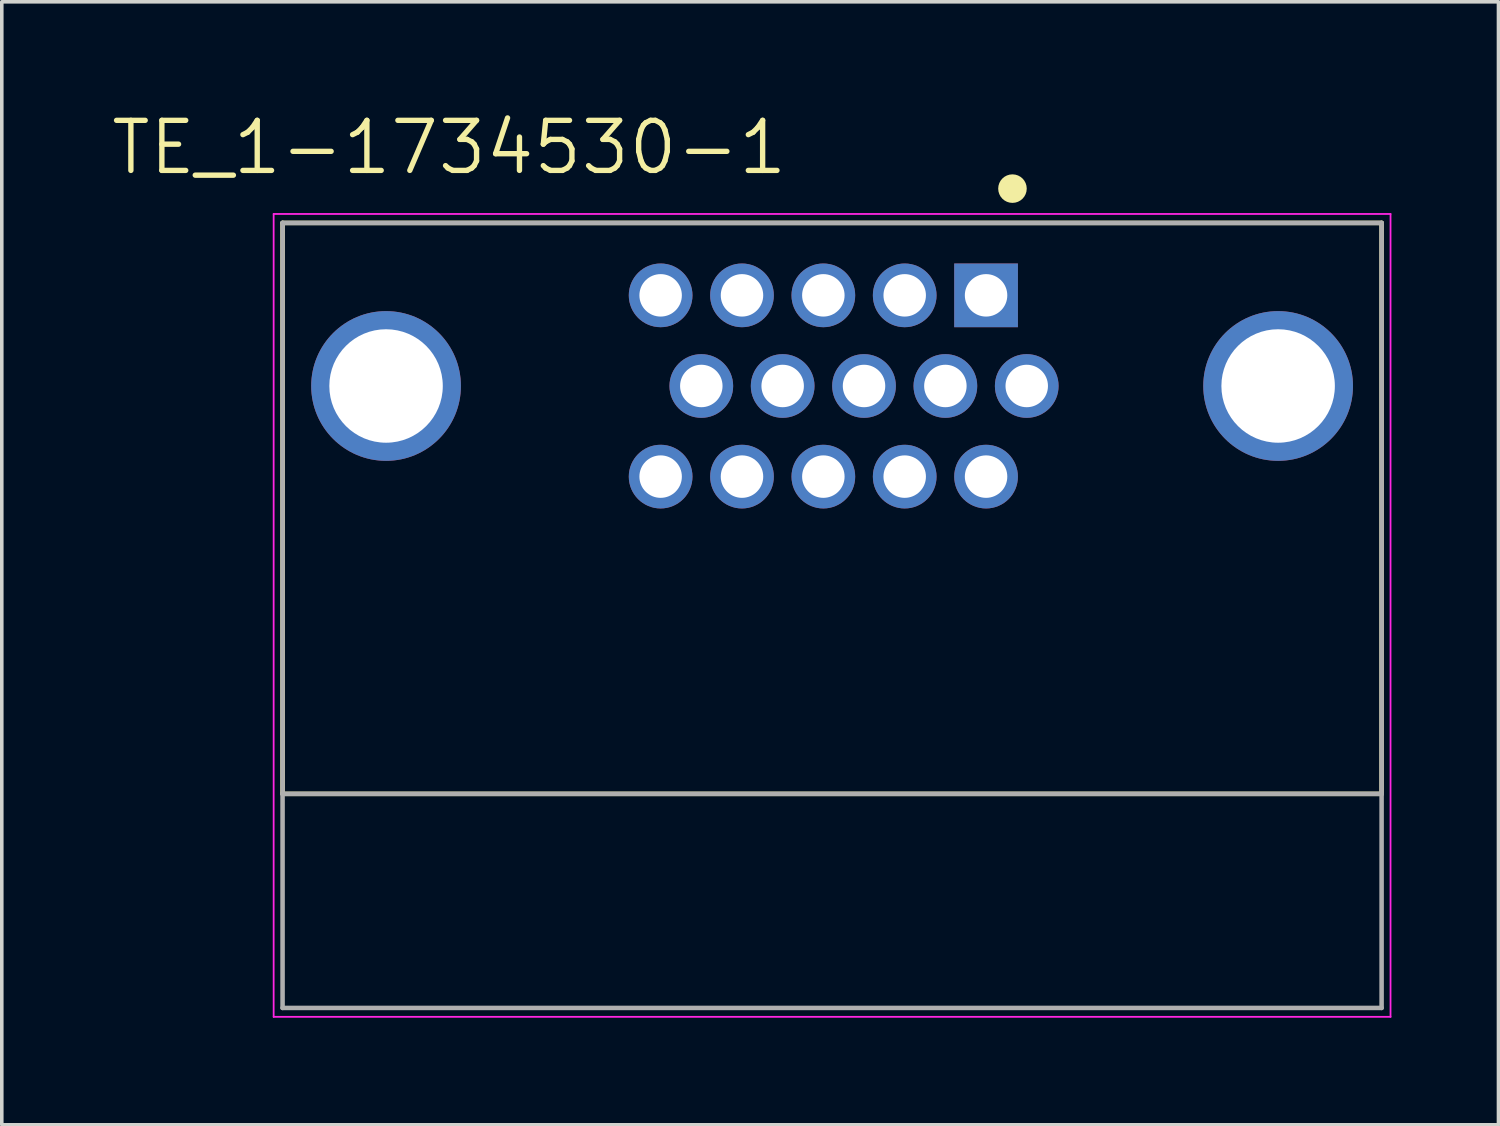
<source format=kicad_pcb>
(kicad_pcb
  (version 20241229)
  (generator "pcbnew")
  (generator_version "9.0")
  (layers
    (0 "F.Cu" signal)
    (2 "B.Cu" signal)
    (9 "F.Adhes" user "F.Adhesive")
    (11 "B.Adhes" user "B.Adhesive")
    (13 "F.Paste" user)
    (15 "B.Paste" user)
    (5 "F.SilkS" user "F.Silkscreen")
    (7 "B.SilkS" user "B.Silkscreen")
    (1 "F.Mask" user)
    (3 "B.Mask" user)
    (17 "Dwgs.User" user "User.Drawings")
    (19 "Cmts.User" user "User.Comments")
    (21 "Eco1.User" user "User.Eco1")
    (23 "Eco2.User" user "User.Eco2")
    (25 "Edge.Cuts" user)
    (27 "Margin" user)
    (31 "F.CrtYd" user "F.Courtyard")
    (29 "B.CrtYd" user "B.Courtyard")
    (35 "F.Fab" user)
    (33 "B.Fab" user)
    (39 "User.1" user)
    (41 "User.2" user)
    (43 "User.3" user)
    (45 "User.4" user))
  (footprint "TE_1-1734530-1"
    (layer "F.Cu")
    (at 20.269 7.767)
    (property "Reference" "TE_1-1734530-1" (at -10.732 -6.683 0) (layer "F.SilkS") (effects (font (size 1.403 1.403) (thickness 0.15))))
    (attr through_hole)
    (fp_line (start -15.4 -4.57) (end 15.4 -4.57) (stroke (width 0.127) (type solid)) (layer "F.SilkS"))
    (fp_line (start -15.4 11.43) (end -15.4 -4.57) (stroke (width 0.127) (type solid)) (layer "F.SilkS"))
    (fp_line (start 15.4 -4.57) (end 15.4 11.43) (stroke (width 0.127) (type solid)) (layer "F.SilkS"))
    (fp_line (start 15.4 11.43) (end -15.4 11.43) (stroke (width 0.127) (type solid)) (layer "F.SilkS"))
    (fp_circle (center 5.055 -5.531) (end 5.255 -5.531) (stroke (width 0.4) (type solid)) (fill no) (layer "F.SilkS"))
    (fp_line (start -15.65 -4.82) (end -15.65 17.68) (stroke (width 0.05) (type solid)) (layer "F.CrtYd"))
    (fp_line (start -15.65 17.68) (end 15.65 17.68) (stroke (width 0.05) (type solid)) (layer "F.CrtYd"))
    (fp_line (start 15.65 -4.82) (end -15.65 -4.82) (stroke (width 0.05) (type solid)) (layer "F.CrtYd"))
    (fp_line (start 15.65 17.68) (end 15.65 -4.82) (stroke (width 0.05) (type solid)) (layer "F.CrtYd"))
    (fp_line (start -15.4 -4.57) (end -15.4 11.43) (stroke (width 0.127) (type solid)) (layer "F.Fab"))
    (fp_line (start -15.4 11.43) (end -15.4 17.43) (stroke (width 0.127) (type solid)) (layer "F.Fab"))
    (fp_line (start -15.4 11.43) (end 15.4 11.43) (stroke (width 0.127) (type solid)) (layer "F.Fab"))
    (fp_line (start -15.4 17.43) (end 15.4 17.43) (stroke (width 0.127) (type solid)) (layer "F.Fab"))
    (fp_line (start 15.4 -4.57) (end -15.4 -4.57) (stroke (width 0.127) (type solid)) (layer "F.Fab"))
    (fp_line (start 15.4 11.43) (end 15.4 -4.57) (stroke (width 0.127) (type solid)) (layer "F.Fab"))
    (fp_line (start 15.4 17.43) (end 15.4 11.43) (stroke (width 0.127) (type solid)) (layer "F.Fab"))
    (pad "0" thru_hole circle (at -12.5 0) (size 4.196 4.196) (drill 3.18) (layers "*.Cu" "*.Mask"))
    (pad "0" thru_hole circle (at 12.5 0) (size 4.196 4.196) (drill 3.18) (layers "*.Cu" "*.Mask"))
    (pad "1" thru_hole rect (at 4.315 -2.54) (size 1.785 1.785) (drill 1.19) (layers "*.Cu" "*.Mask"))
    (pad "2" thru_hole circle (at 2.035 -2.54) (size 1.785 1.785) (drill 1.19) (layers "*.Cu" "*.Mask"))
    (pad "3" thru_hole circle (at -0.245 -2.54) (size 1.785 1.785) (drill 1.19) (layers "*.Cu" "*.Mask"))
    (pad "4" thru_hole circle (at -2.525 -2.54) (size 1.785 1.785) (drill 1.19) (layers "*.Cu" "*.Mask"))
    (pad "5" thru_hole circle (at -4.805 -2.54) (size 1.785 1.785) (drill 1.19) (layers "*.Cu" "*.Mask"))
    (pad "6" thru_hole circle (at 5.455 0) (size 1.785 1.785) (drill 1.19) (layers "*.Cu" "*.Mask"))
    (pad "7" thru_hole circle (at 3.175 0) (size 1.785 1.785) (drill 1.19) (layers "*.Cu" "*.Mask"))
    (pad "8" thru_hole circle (at 0.895 0) (size 1.785 1.785) (drill 1.19) (layers "*.Cu" "*.Mask"))
    (pad "9" thru_hole circle (at -1.385 0) (size 1.785 1.785) (drill 1.19) (layers "*.Cu" "*.Mask"))
    (pad "10" thru_hole circle (at -3.665 0) (size 1.785 1.785) (drill 1.19) (layers "*.Cu" "*.Mask"))
    (pad "11" thru_hole circle (at 4.315 2.54) (size 1.785 1.785) (drill 1.19) (layers "*.Cu" "*.Mask"))
    (pad "12" thru_hole circle (at 2.035 2.54) (size 1.785 1.785) (drill 1.19) (layers "*.Cu" "*.Mask"))
    (pad "13" thru_hole circle (at -0.245 2.54) (size 1.785 1.785) (drill 1.19) (layers "*.Cu" "*.Mask"))
    (pad "14" thru_hole circle (at -2.525 2.54) (size 1.785 1.785) (drill 1.19) (layers "*.Cu" "*.Mask"))
    (pad "15" thru_hole circle (at -4.805 2.54) (size 1.785 1.785) (drill 1.19) (layers "*.Cu" "*.Mask")))
  (gr_rect
    (start -3 -3)
    (end 38.944 28.472)
    (stroke (width 0.1) (type default))
    (fill no)
    (layer "Edge.Cuts")))
</source>
